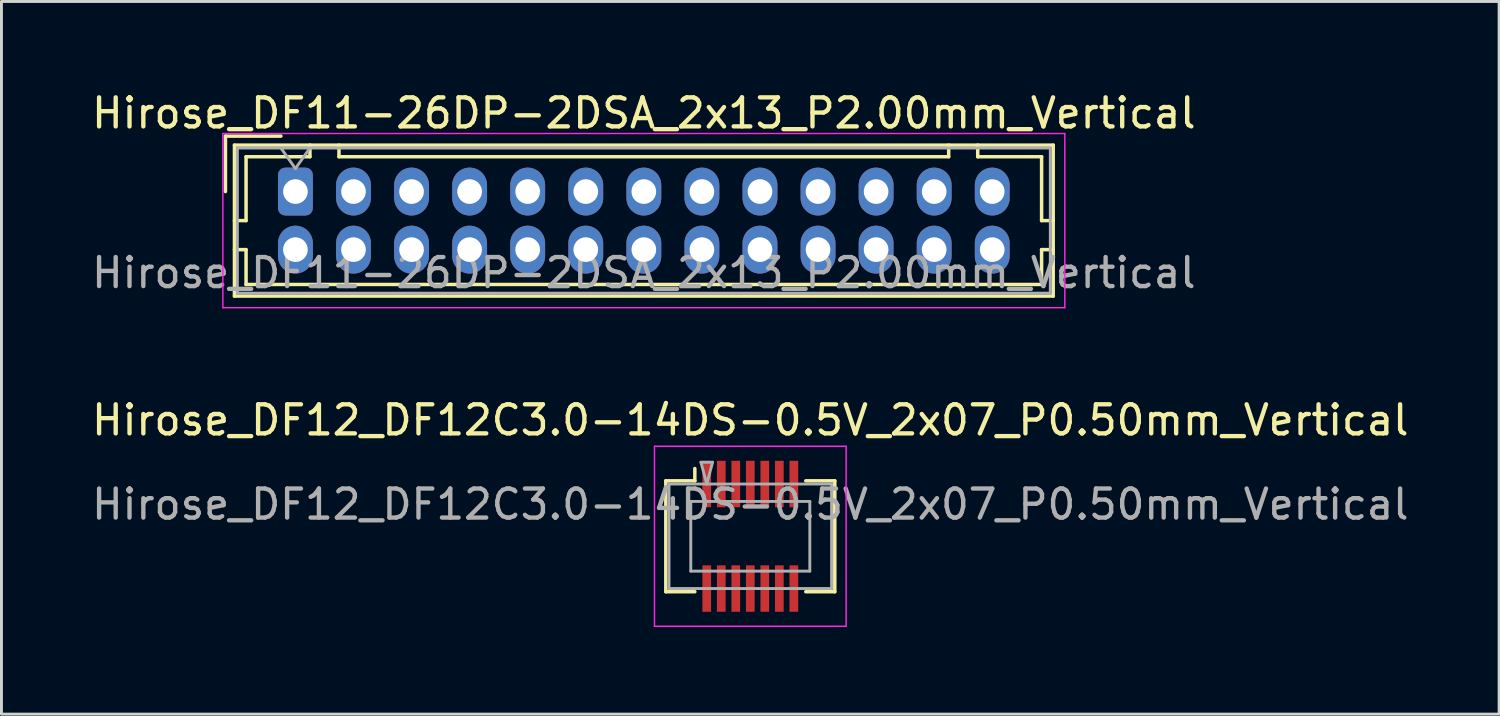
<source format=kicad_pcb>
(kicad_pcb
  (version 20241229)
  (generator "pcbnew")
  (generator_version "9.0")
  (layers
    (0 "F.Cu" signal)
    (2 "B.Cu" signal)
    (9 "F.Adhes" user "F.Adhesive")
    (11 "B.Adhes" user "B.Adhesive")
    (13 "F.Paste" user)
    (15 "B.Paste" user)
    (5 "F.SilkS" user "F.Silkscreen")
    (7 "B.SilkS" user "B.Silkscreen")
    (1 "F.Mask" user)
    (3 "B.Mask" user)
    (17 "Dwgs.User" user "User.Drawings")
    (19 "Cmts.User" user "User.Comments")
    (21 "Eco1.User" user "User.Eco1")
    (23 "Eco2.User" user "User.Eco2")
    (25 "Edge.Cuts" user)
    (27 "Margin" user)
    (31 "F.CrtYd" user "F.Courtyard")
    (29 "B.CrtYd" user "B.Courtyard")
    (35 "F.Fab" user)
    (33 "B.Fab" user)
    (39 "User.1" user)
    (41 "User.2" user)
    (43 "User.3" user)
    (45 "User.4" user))
  (footprint "Hirose_DF12_DF12C3.0-14DS-0.5V_2x07_P0.50mm_Vertical"
    (layer "F.Cu")
    (at 22.792 15.421)
    (property "Reference" "Hirose_DF12_DF12C3.0-14DS-0.5V_2x07_P0.50mm_Vertical" (at 0 -4 0) (layer "F.SilkS") (effects (font (size 1 1) (thickness 0.15))))
    (attr smd)
    (fp_line (start -2.91 -1.91) (end -1.91 -1.91) (stroke (width 0.12) (type solid)) (layer "F.SilkS"))
    (fp_line (start -2.91 1.91) (end -2.91 -1.91) (stroke (width 0.12) (type solid)) (layer "F.SilkS"))
    (fp_line (start -1.91 -1.91) (end -1.91 -2.333) (stroke (width 0.12) (type solid)) (layer "F.SilkS"))
    (fp_line (start -1.91 1.91) (end -2.91 1.91) (stroke (width 0.12) (type solid)) (layer "F.SilkS"))
    (fp_line (start 1.91 1.91) (end 2.91 1.91) (stroke (width 0.12) (type solid)) (layer "F.SilkS"))
    (fp_line (start 2.91 -1.91) (end 1.91 -1.91) (stroke (width 0.12) (type solid)) (layer "F.SilkS"))
    (fp_line (start 2.91 1.91) (end 2.91 -1.91) (stroke (width 0.12) (type solid)) (layer "F.SilkS"))
    (fp_line (start -3.3 -3.1) (end -3.3 3.1) (stroke (width 0.05) (type solid)) (layer "F.CrtYd"))
    (fp_line (start -3.3 3.1) (end 3.3 3.1) (stroke (width 0.05) (type solid)) (layer "F.CrtYd"))
    (fp_line (start 3.3 -3.1) (end -3.3 -3.1) (stroke (width 0.05) (type solid)) (layer "F.CrtYd"))
    (fp_line (start 3.3 3.1) (end 3.3 -3.1) (stroke (width 0.05) (type solid)) (layer "F.CrtYd"))
    (fp_line (start -2.8 -1.8) (end 2.8 -1.8) (stroke (width 0.1) (type solid)) (layer "F.Fab"))
    (fp_line (start -2.8 1.8) (end -2.8 -1.8) (stroke (width 0.1) (type solid)) (layer "F.Fab"))
    (fp_line (start -2.05 -1.2) (end 2.05 -1.2) (stroke (width 0.1) (type solid)) (layer "F.Fab"))
    (fp_line (start -2.05 1.2) (end -2.05 -1.2) (stroke (width 0.1) (type solid)) (layer "F.Fab"))
    (fp_line (start -1.7 -2.55) (end -1.5 -1.8) (stroke (width 0.1) (type solid)) (layer "F.Fab"))
    (fp_line (start -1.5 -1.8) (end -1.3 -2.55) (stroke (width 0.1) (type solid)) (layer "F.Fab"))
    (fp_line (start -1.3 -2.55) (end -1.7 -2.55) (stroke (width 0.1) (type solid)) (layer "F.Fab"))
    (fp_line (start 2.05 -1.2) (end 2.05 1.2) (stroke (width 0.1) (type solid)) (layer "F.Fab"))
    (fp_line (start 2.05 1.2) (end -2.05 1.2) (stroke (width 0.1) (type solid)) (layer "F.Fab"))
    (fp_line (start 2.8 -1.8) (end 2.8 1.8) (stroke (width 0.1) (type solid)) (layer "F.Fab"))
    (fp_line (start 2.8 1.8) (end -2.8 1.8) (stroke (width 0.1) (type solid)) (layer "F.Fab"))
    (fp_text user "${REFERENCE}" (at 0 -1.1 0) (layer "F.Fab") (effects (font (size 1 1) (thickness 0.15))))
    (pad "" smd rect (at -1.5 -2) (size 0.28 1.2) (layers "F.Paste"))
    (pad "" smd rect (at -1.5 2) (size 0.28 1.2) (layers "F.Paste"))
    (pad "" smd rect (at -1 -2) (size 0.28 1.2) (layers "F.Paste"))
    (pad "" smd rect (at -1 2) (size 0.28 1.2) (layers "F.Paste"))
    (pad "" smd rect (at -0.5 -2) (size 0.28 1.2) (layers "F.Paste"))
    (pad "" smd rect (at -0.5 2) (size 0.28 1.2) (layers "F.Paste"))
    (pad "" smd rect (at 0 -2) (size 0.28 1.2) (layers "F.Paste"))
    (pad "" smd rect (at 0 2) (size 0.28 1.2) (layers "F.Paste"))
    (pad "" smd rect (at 0.5 -2) (size 0.28 1.2) (layers "F.Paste"))
    (pad "" smd rect (at 0.5 2) (size 0.28 1.2) (layers "F.Paste"))
    (pad "" smd rect (at 1 -2) (size 0.28 1.2) (layers "F.Paste"))
    (pad "" smd rect (at 1 2) (size 0.28 1.2) (layers "F.Paste"))
    (pad "" smd rect (at 1.5 -2) (size 0.28 1.2) (layers "F.Paste"))
    (pad "" smd rect (at 1.5 2) (size 0.28 1.2) (layers "F.Paste"))
    (pad "1" smd rect (at -1.5 -1.8) (size 0.3 1.6) (layers "F.Cu" "F.Mask"))
    (pad "2" smd rect (at -1 -1.8) (size 0.3 1.6) (layers "F.Cu" "F.Mask"))
    (pad "3" smd rect (at -0.5 -1.8) (size 0.3 1.6) (layers "F.Cu" "F.Mask"))
    (pad "4" smd rect (at 0 -1.8) (size 0.3 1.6) (layers "F.Cu" "F.Mask"))
    (pad "5" smd rect (at 0.5 -1.8) (size 0.3 1.6) (layers "F.Cu" "F.Mask"))
    (pad "6" smd rect (at 1 -1.8) (size 0.3 1.6) (layers "F.Cu" "F.Mask"))
    (pad "7" smd rect (at 1.5 -1.8) (size 0.3 1.6) (layers "F.Cu" "F.Mask"))
    (pad "8" smd rect (at -1.5 1.8) (size 0.3 1.6) (layers "F.Cu" "F.Mask"))
    (pad "9" smd rect (at -1 1.8) (size 0.3 1.6) (layers "F.Cu" "F.Mask"))
    (pad "10" smd rect (at -0.5 1.8) (size 0.3 1.6) (layers "F.Cu" "F.Mask"))
    (pad "11" smd rect (at 0 1.8) (size 0.3 1.6) (layers "F.Cu" "F.Mask"))
    (pad "12" smd rect (at 0.5 1.8) (size 0.3 1.6) (layers "F.Cu" "F.Mask"))
    (pad "13" smd rect (at 1 1.8) (size 0.3 1.6) (layers "F.Cu" "F.Mask"))
    (pad "14" smd rect (at 1.5 1.8) (size 0.3 1.6) (layers "F.Cu" "F.Mask")))
  (footprint "Hirose_DF11-26DP-2DSA_2x13_P2.00mm_Vertical"
    (layer "F.Cu")
    (at 7.125 3.548)
    (property "Reference" "Hirose_DF11-26DP-2DSA_2x13_P2.00mm_Vertical" (at 12 -2.7 0) (layer "F.SilkS") (effects (font (size 1 1) (thickness 0.15))))
    (attr through_hole)
    (fp_line (start -2.41 -1.91) (end -0.5 -1.91) (stroke (width 0.12) (type solid)) (layer "F.SilkS"))
    (fp_line (start -2.41 0) (end -2.41 -1.91) (stroke (width 0.12) (type solid)) (layer "F.SilkS"))
    (fp_line (start -2.1 -1.6) (end -2.1 3.6) (stroke (width 0.12) (type solid)) (layer "F.SilkS"))
    (fp_line (start -2.1 1) (end -1.7 1) (stroke (width 0.12) (type solid)) (layer "F.SilkS"))
    (fp_line (start -2.1 2) (end -1.7 2) (stroke (width 0.12) (type solid)) (layer "F.SilkS"))
    (fp_line (start -2.1 3.6) (end 26.1 3.6) (stroke (width 0.12) (type solid)) (layer "F.SilkS"))
    (fp_line (start -1.7 -1.2) (end 0.5 -1.2) (stroke (width 0.12) (type solid)) (layer "F.SilkS"))
    (fp_line (start -1.7 1) (end -1.7 -1.2) (stroke (width 0.12) (type solid)) (layer "F.SilkS"))
    (fp_line (start -1.7 2) (end -1.7 3.2) (stroke (width 0.12) (type solid)) (layer "F.SilkS"))
    (fp_line (start -1.7 3.2) (end 25.7 3.2) (stroke (width 0.12) (type solid)) (layer "F.SilkS"))
    (fp_line (start 0.5 -1.2) (end 0.5 -1.6) (stroke (width 0.12) (type solid)) (layer "F.SilkS"))
    (fp_line (start 1.5 -1.6) (end 1.5 -1.2) (stroke (width 0.12) (type solid)) (layer "F.SilkS"))
    (fp_line (start 1.5 -1.2) (end 22.5 -1.2) (stroke (width 0.12) (type solid)) (layer "F.SilkS"))
    (fp_line (start 22.5 -1.2) (end 22.5 -1.6) (stroke (width 0.12) (type solid)) (layer "F.SilkS"))
    (fp_line (start 23.5 -1.2) (end 23.5 -1.6) (stroke (width 0.12) (type solid)) (layer "F.SilkS"))
    (fp_line (start 25.7 -1.2) (end 23.5 -1.2) (stroke (width 0.12) (type solid)) (layer "F.SilkS"))
    (fp_line (start 25.7 1) (end 25.7 -1.2) (stroke (width 0.12) (type solid)) (layer "F.SilkS"))
    (fp_line (start 25.7 2) (end 26.1 2) (stroke (width 0.12) (type solid)) (layer "F.SilkS"))
    (fp_line (start 25.7 3.2) (end 25.7 2) (stroke (width 0.12) (type solid)) (layer "F.SilkS"))
    (fp_line (start 26.1 -1.6) (end -2.1 -1.6) (stroke (width 0.12) (type solid)) (layer "F.SilkS"))
    (fp_line (start 26.1 1) (end 25.7 1) (stroke (width 0.12) (type solid)) (layer "F.SilkS"))
    (fp_line (start 26.1 3.6) (end 26.1 -1.6) (stroke (width 0.12) (type solid)) (layer "F.SilkS"))
    (fp_line (start -2.5 -2) (end -2.5 4) (stroke (width 0.05) (type solid)) (layer "F.CrtYd"))
    (fp_line (start -2.5 4) (end 26.5 4) (stroke (width 0.05) (type solid)) (layer "F.CrtYd"))
    (fp_line (start 26.5 -2) (end -2.5 -2) (stroke (width 0.05) (type solid)) (layer "F.CrtYd"))
    (fp_line (start 26.5 4) (end 26.5 -2) (stroke (width 0.05) (type solid)) (layer "F.CrtYd"))
    (fp_line (start -2 -1.5) (end -2 3.5) (stroke (width 0.1) (type solid)) (layer "F.Fab"))
    (fp_line (start -2 3.5) (end 26 3.5) (stroke (width 0.1) (type solid)) (layer "F.Fab"))
    (fp_line (start -0.5 -1.5) (end 0 -0.793) (stroke (width 0.1) (type solid)) (layer "F.Fab"))
    (fp_line (start 0 -0.793) (end 0.5 -1.5) (stroke (width 0.1) (type solid)) (layer "F.Fab"))
    (fp_line (start 26 -1.5) (end -2 -1.5) (stroke (width 0.1) (type solid)) (layer "F.Fab"))
    (fp_line (start 26 3.5) (end 26 -1.5) (stroke (width 0.1) (type solid)) (layer "F.Fab"))
    (fp_text user "${REFERENCE}" (at 12 2.8 0) (layer "F.Fab") (effects (font (size 1 1) (thickness 0.15))))
    (pad "1" thru_hole roundrect (at 0 0) (size 1.2 1.65) (drill 0.85) (layers "*.Cu" "*.Mask") (roundrect_rratio 0.208))
    (pad "2" thru_hole oval (at 0 2) (size 1.2 1.65) (drill 0.85) (layers "*.Cu" "*.Mask"))
    (pad "3" thru_hole oval (at 2 0) (size 1.2 1.65) (drill 0.85) (layers "*.Cu" "*.Mask"))
    (pad "4" thru_hole oval (at 2 2) (size 1.2 1.65) (drill 0.85) (layers "*.Cu" "*.Mask"))
    (pad "5" thru_hole oval (at 4 0) (size 1.2 1.65) (drill 0.85) (layers "*.Cu" "*.Mask"))
    (pad "6" thru_hole oval (at 4 2) (size 1.2 1.65) (drill 0.85) (layers "*.Cu" "*.Mask"))
    (pad "7" thru_hole oval (at 6 0) (size 1.2 1.65) (drill 0.85) (layers "*.Cu" "*.Mask"))
    (pad "8" thru_hole oval (at 6 2) (size 1.2 1.65) (drill 0.85) (layers "*.Cu" "*.Mask"))
    (pad "9" thru_hole oval (at 8 0) (size 1.2 1.65) (drill 0.85) (layers "*.Cu" "*.Mask"))
    (pad "10" thru_hole oval (at 8 2) (size 1.2 1.65) (drill 0.85) (layers "*.Cu" "*.Mask"))
    (pad "11" thru_hole oval (at 10 0) (size 1.2 1.65) (drill 0.85) (layers "*.Cu" "*.Mask"))
    (pad "12" thru_hole oval (at 10 2) (size 1.2 1.65) (drill 0.85) (layers "*.Cu" "*.Mask"))
    (pad "13" thru_hole oval (at 12 0) (size 1.2 1.65) (drill 0.85) (layers "*.Cu" "*.Mask"))
    (pad "14" thru_hole oval (at 12 2) (size 1.2 1.65) (drill 0.85) (layers "*.Cu" "*.Mask"))
    (pad "15" thru_hole oval (at 14 0) (size 1.2 1.65) (drill 0.85) (layers "*.Cu" "*.Mask"))
    (pad "16" thru_hole oval (at 14 2) (size 1.2 1.65) (drill 0.85) (layers "*.Cu" "*.Mask"))
    (pad "17" thru_hole oval (at 16 0) (size 1.2 1.65) (drill 0.85) (layers "*.Cu" "*.Mask"))
    (pad "18" thru_hole oval (at 16 2) (size 1.2 1.65) (drill 0.85) (layers "*.Cu" "*.Mask"))
    (pad "19" thru_hole oval (at 18 0) (size 1.2 1.65) (drill 0.85) (layers "*.Cu" "*.Mask"))
    (pad "20" thru_hole oval (at 18 2) (size 1.2 1.65) (drill 0.85) (layers "*.Cu" "*.Mask"))
    (pad "21" thru_hole oval (at 20 0) (size 1.2 1.65) (drill 0.85) (layers "*.Cu" "*.Mask"))
    (pad "22" thru_hole oval (at 20 2) (size 1.2 1.65) (drill 0.85) (layers "*.Cu" "*.Mask"))
    (pad "23" thru_hole oval (at 22 0) (size 1.2 1.65) (drill 0.85) (layers "*.Cu" "*.Mask"))
    (pad "24" thru_hole oval (at 22 2) (size 1.2 1.65) (drill 0.85) (layers "*.Cu" "*.Mask"))
    (pad "25" thru_hole oval (at 24 0) (size 1.2 1.65) (drill 0.85) (layers "*.Cu" "*.Mask"))
    (pad "26" thru_hole oval (at 24 2) (size 1.2 1.65) (drill 0.85) (layers "*.Cu" "*.Mask")))
  (gr_rect
    (start -3 -3)
    (end 48.583 21.547)
    (stroke (width 0.1) (type default))
    (fill no)
    (layer "Edge.Cuts")))
</source>
